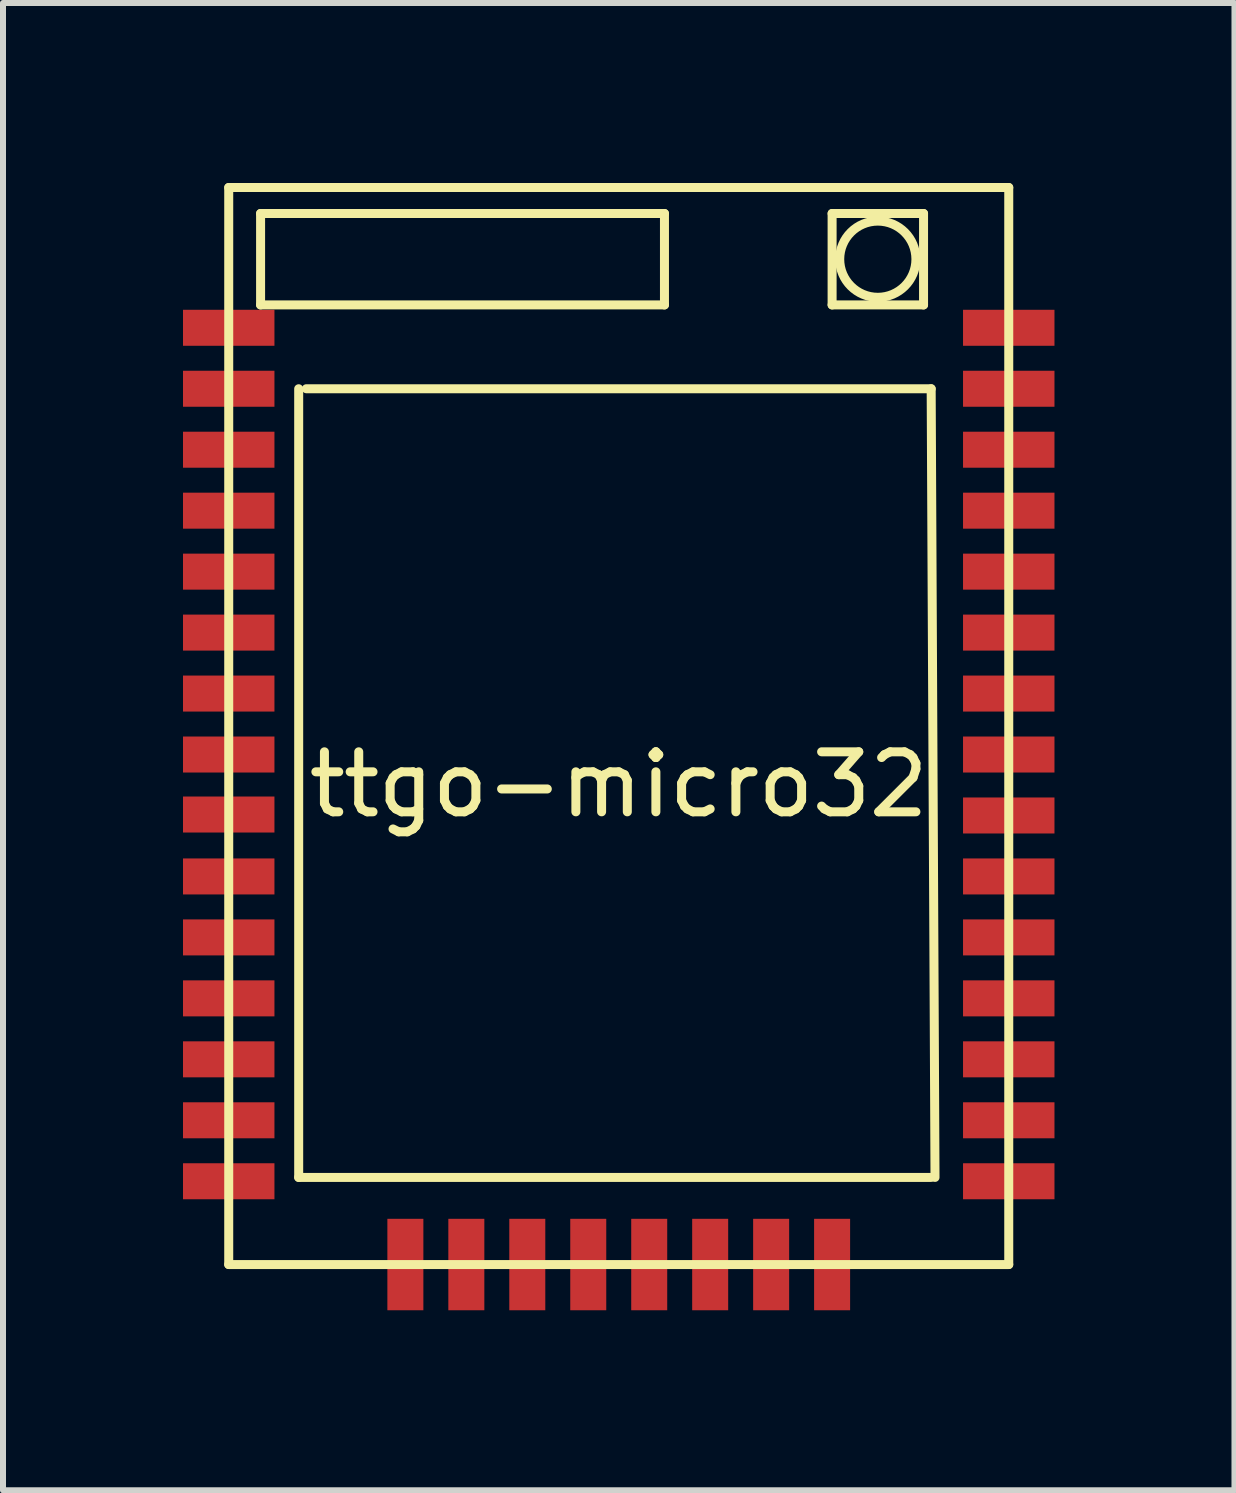
<source format=kicad_pcb>
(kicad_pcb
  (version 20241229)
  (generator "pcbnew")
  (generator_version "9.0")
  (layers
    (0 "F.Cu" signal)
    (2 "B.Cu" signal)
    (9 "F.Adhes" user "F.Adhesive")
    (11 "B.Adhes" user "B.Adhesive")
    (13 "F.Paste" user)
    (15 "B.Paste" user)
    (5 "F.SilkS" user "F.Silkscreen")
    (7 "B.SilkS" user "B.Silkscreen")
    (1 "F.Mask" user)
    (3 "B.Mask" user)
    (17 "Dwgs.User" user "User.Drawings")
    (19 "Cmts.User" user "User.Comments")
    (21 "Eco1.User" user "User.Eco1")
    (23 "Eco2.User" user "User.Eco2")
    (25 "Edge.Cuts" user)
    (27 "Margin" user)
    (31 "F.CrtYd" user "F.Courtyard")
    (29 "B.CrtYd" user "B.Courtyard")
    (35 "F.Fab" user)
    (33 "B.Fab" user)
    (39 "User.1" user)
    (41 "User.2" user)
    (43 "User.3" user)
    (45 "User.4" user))
  (footprint "ttgo-micro32"
    (layer "F.Cu")
    (at 7.262 9.525)
    (property "Reference" "ttgo-micro32" (at 0 0.5 0) (layer "F.SilkS") (effects (font (size 1 1) (thickness 0.15))))
    (attr through_hole)
    (fp_line (start -6.5 -9.45) (end -6.5 8.5) (stroke (width 0.15) (type solid)) (layer "F.SilkS"))
    (fp_line (start -6.5 -9.45) (end 6.5 -9.45) (stroke (width 0.15) (type solid)) (layer "F.SilkS"))
    (fp_line (start -6.5 8.5) (end 6.5 8.5) (stroke (width 0.15) (type solid)) (layer "F.SilkS"))
    (fp_line (start -5.969 -9.017) (end -5.969 -7.493) (stroke (width 0.15) (type solid)) (layer "F.SilkS"))
    (fp_line (start -5.969 -7.493) (end 0.762 -7.493) (stroke (width 0.15) (type solid)) (layer "F.SilkS"))
    (fp_line (start -5.334 7.048) (end -5.334 -6.096) (stroke (width 0.15) (type solid)) (layer "F.SilkS"))
    (fp_line (start -5.207 -6.096) (end 5.207 -6.096) (stroke (width 0.15) (type solid)) (layer "F.SilkS"))
    (fp_line (start 0.762 -9.017) (end -5.969 -9.017) (stroke (width 0.15) (type solid)) (layer "F.SilkS"))
    (fp_line (start 0.762 -7.493) (end 0.762 -9.017) (stroke (width 0.15) (type solid)) (layer "F.SilkS"))
    (fp_line (start 3.556 -9.017) (end 5.08 -9.017) (stroke (width 0.15) (type solid)) (layer "F.SilkS"))
    (fp_line (start 3.556 -7.493) (end 3.556 -9.017) (stroke (width 0.15) (type solid)) (layer "F.SilkS"))
    (fp_line (start 5.08 -9.017) (end 5.08 -7.493) (stroke (width 0.15) (type solid)) (layer "F.SilkS"))
    (fp_line (start 5.08 -7.493) (end 3.556 -7.493) (stroke (width 0.15) (type solid)) (layer "F.SilkS"))
    (fp_line (start 5.207 -6.096) (end 5.271 7.048) (stroke (width 0.15) (type solid)) (layer "F.SilkS"))
    (fp_line (start 5.207 7.048) (end -5.334 7.048) (stroke (width 0.15) (type solid)) (layer "F.SilkS"))
    (fp_line (start 6.5 -9.45) (end 6.5 8.5) (stroke (width 0.15) (type solid)) (layer "F.SilkS"))
    (fp_circle (center 4.318 -8.255) (end 4.826 -7.874) (stroke (width 0.15) (type solid)) (fill no) (layer "F.SilkS"))
    (pad "1" smd rect (at -6.5 -7.112) (size 1.524 0.6) (layers "F.Cu" "F.Mask" "F.Paste"))
    (pad "2" smd rect (at -6.5 -6.096) (size 1.524 0.6) (layers "F.Cu" "F.Mask" "F.Paste"))
    (pad "3" smd rect (at -6.5 -5.08) (size 1.524 0.6) (layers "F.Cu" "F.Mask" "F.Paste"))
    (pad "4" smd rect (at -6.5 -4.064) (size 1.524 0.6) (layers "F.Cu" "F.Mask" "F.Paste"))
    (pad "5" smd rect (at -6.5 -3.048) (size 1.524 0.6) (layers "F.Cu" "F.Mask" "F.Paste"))
    (pad "6" smd rect (at -6.5 -2.032) (size 1.524 0.6) (layers "F.Cu" "F.Mask" "F.Paste"))
    (pad "7" smd rect (at -6.5 -1.016) (size 1.524 0.6) (layers "F.Cu" "F.Mask" "F.Paste"))
    (pad "8" smd rect (at -6.5 0) (size 1.524 0.6) (layers "F.Cu" "F.Mask" "F.Paste"))
    (pad "9" smd rect (at -6.5 1) (size 1.524 0.6) (layers "F.Cu" "F.Mask" "F.Paste"))
    (pad "10" smd rect (at -6.5 2.032) (size 1.524 0.6) (layers "F.Cu" "F.Mask" "F.Paste"))
    (pad "11" smd rect (at -6.5 3.048) (size 1.524 0.6) (layers "F.Cu" "F.Mask" "F.Paste"))
    (pad "12" smd rect (at -6.5 4.064) (size 1.524 0.6) (layers "F.Cu" "F.Mask" "F.Paste"))
    (pad "13" smd rect (at -6.5 5.08) (size 1.524 0.6) (layers "F.Cu" "F.Mask" "F.Paste"))
    (pad "14" smd rect (at -6.5 6.096) (size 1.524 0.6) (layers "F.Cu" "F.Mask" "F.Paste"))
    (pad "15" smd rect (at -6.5 7.112) (size 1.524 0.6) (layers "F.Cu" "F.Mask" "F.Paste"))
    (pad "16" smd rect (at -3.556 8.5 90) (size 1.524 0.6) (layers "F.Cu" "F.Mask" "F.Paste"))
    (pad "17" smd rect (at -2.54 8.5 90) (size 1.524 0.6) (layers "F.Cu" "F.Mask" "F.Paste"))
    (pad "18" smd rect (at -1.524 8.5 90) (size 1.524 0.6) (layers "F.Cu" "F.Mask" "F.Paste"))
    (pad "19" smd rect (at -0.508 8.5 90) (size 1.524 0.6) (layers "F.Cu" "F.Mask" "F.Paste"))
    (pad "20" smd rect (at 0.508 8.5 90) (size 1.524 0.6) (layers "F.Cu" "F.Mask" "F.Paste"))
    (pad "21" smd rect (at 1.524 8.5 90) (size 1.524 0.6) (layers "F.Cu" "F.Mask" "F.Paste"))
    (pad "22" smd rect (at 2.54 8.5 90) (size 1.524 0.6) (layers "F.Cu" "F.Mask" "F.Paste"))
    (pad "23" smd rect (at 3.556 8.5 90) (size 1.524 0.6) (layers "F.Cu" "F.Mask" "F.Paste"))
    (pad "24" smd rect (at 6.5 7.112) (size 1.524 0.6) (layers "F.Cu" "F.Mask" "F.Paste"))
    (pad "25" smd rect (at 6.5 6.096) (size 1.524 0.6) (layers "F.Cu" "F.Mask" "F.Paste"))
    (pad "26" smd rect (at 6.5 5.08) (size 1.524 0.6) (layers "F.Cu" "F.Mask" "F.Paste"))
    (pad "27" smd rect (at 6.5 4.064) (size 1.524 0.6) (layers "F.Cu" "F.Mask" "F.Paste"))
    (pad "28" smd rect (at 6.5 3.048) (size 1.524 0.6) (layers "F.Cu" "F.Mask" "F.Paste"))
    (pad "29" smd rect (at 6.5 2.032) (size 1.524 0.6) (layers "F.Cu" "F.Mask" "F.Paste"))
    (pad "30" smd rect (at 6.5 1.016) (size 1.524 0.6) (layers "F.Cu" "F.Mask" "F.Paste"))
    (pad "31" smd rect (at 6.5 0) (size 1.524 0.6) (layers "F.Cu" "F.Mask" "F.Paste"))
    (pad "32" smd rect (at 6.5 -1.016) (size 1.524 0.6) (layers "F.Cu" "F.Mask" "F.Paste"))
    (pad "33" smd rect (at 6.5 -2.032) (size 1.524 0.6) (layers "F.Cu" "F.Mask" "F.Paste"))
    (pad "34" smd rect (at 6.5 -3.048) (size 1.524 0.6) (layers "F.Cu" "F.Mask" "F.Paste"))
    (pad "35" smd rect (at 6.5 -4.064) (size 1.524 0.6) (layers "F.Cu" "F.Mask" "F.Paste"))
    (pad "36" smd rect (at 6.5 -5.08) (size 1.524 0.6) (layers "F.Cu" "F.Mask" "F.Paste"))
    (pad "37" smd rect (at 6.5 -6.096) (size 1.524 0.6) (layers "F.Cu" "F.Mask" "F.Paste"))
    (pad "38" smd rect (at 6.5 -7.112) (size 1.524 0.6) (layers "F.Cu" "F.Mask" "F.Paste")))
  (gr_rect
    (start -3 -3)
    (end 17.524 21.787)
    (stroke (width 0.1) (type default))
    (fill no)
    (layer "Edge.Cuts")))
</source>
